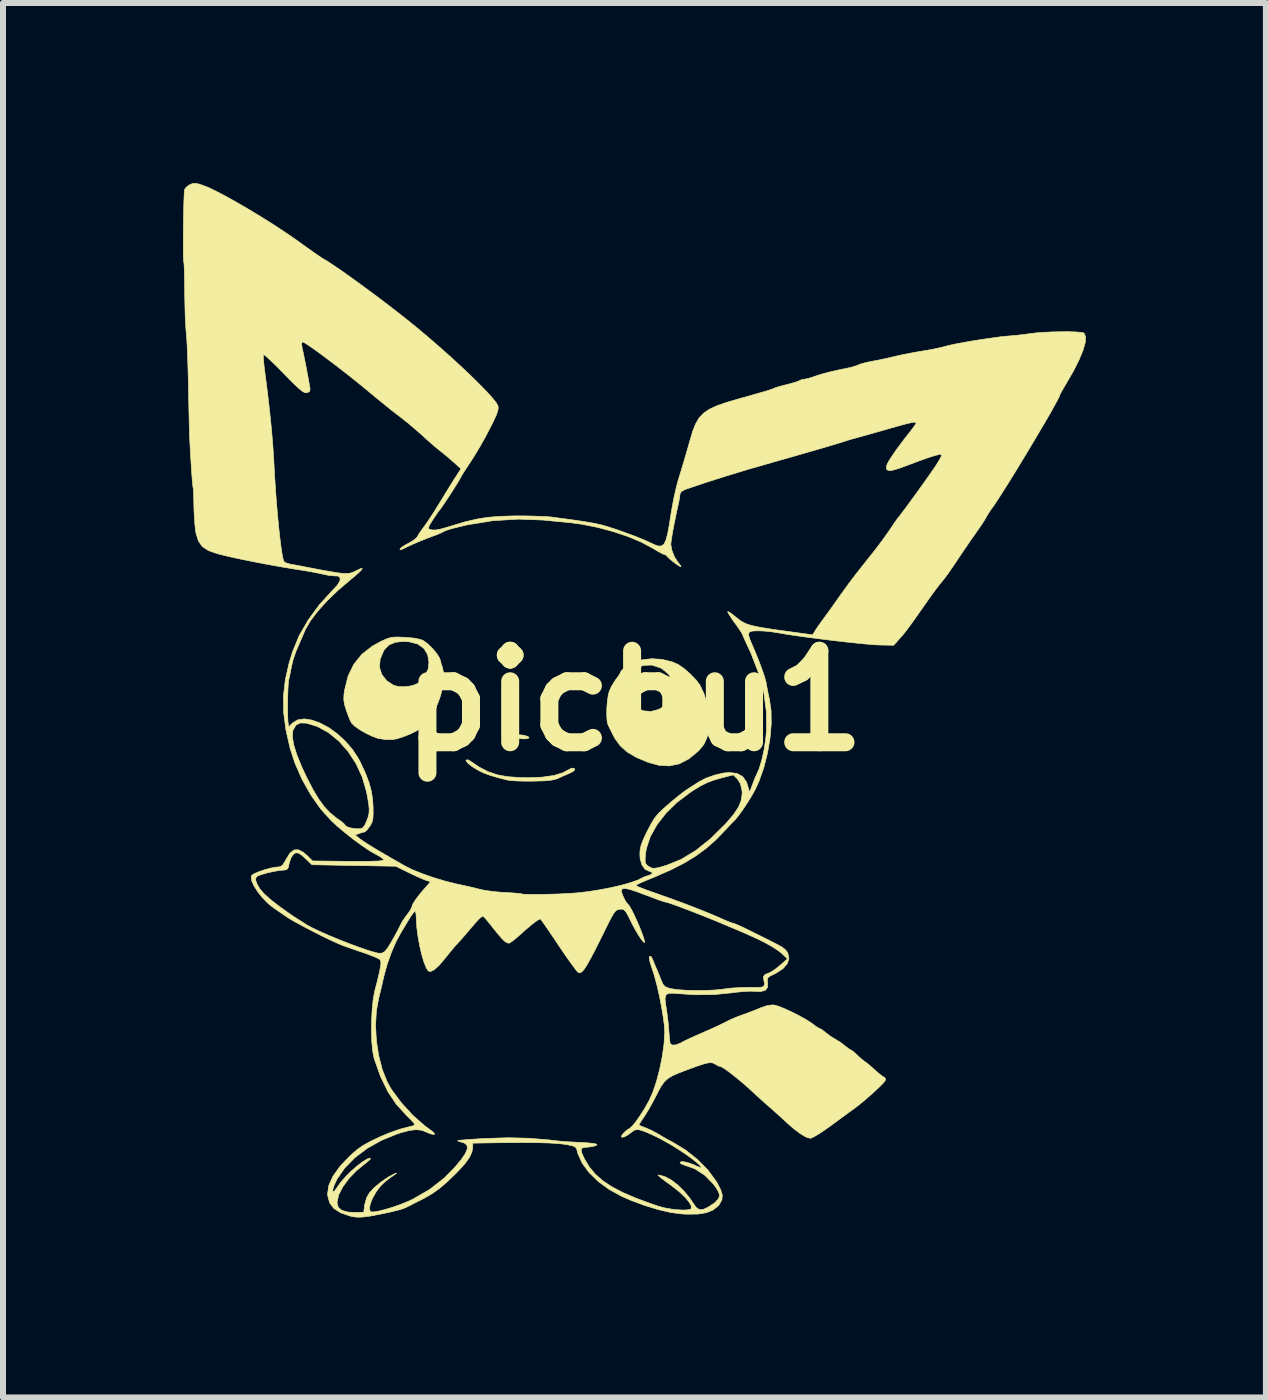
<source format=kicad_pcb>
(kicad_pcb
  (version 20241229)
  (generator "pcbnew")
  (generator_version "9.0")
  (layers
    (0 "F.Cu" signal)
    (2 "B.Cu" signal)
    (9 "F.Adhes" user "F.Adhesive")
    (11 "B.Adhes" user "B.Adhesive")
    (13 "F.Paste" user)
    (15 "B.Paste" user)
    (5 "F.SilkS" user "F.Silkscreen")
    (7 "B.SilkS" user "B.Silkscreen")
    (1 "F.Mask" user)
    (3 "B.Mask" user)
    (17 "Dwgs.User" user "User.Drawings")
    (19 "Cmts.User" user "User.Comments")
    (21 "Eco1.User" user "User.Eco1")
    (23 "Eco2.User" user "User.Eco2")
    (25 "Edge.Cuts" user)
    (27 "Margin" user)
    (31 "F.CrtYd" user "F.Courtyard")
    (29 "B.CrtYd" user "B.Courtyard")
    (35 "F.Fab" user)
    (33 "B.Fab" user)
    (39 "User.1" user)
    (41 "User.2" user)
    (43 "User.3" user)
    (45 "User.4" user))
  (footprint "pichu1"
    (layer "F.Cu")
    (at 7.521 8.631)
    (property "Reference" "pichu1" (at 0 0 0) (layer "F.SilkS") (effects (font (size 1.524 1.524) (thickness 0.3))))
    (attr through_hole)
    (fp_poly (pts (xy -1.842 0.573) (xy -1.783 0.59) (xy -1.753 0.609) (xy -1.753 0.612) (xy -1.774 0.628) (xy -1.826 0.634) (xy -1.888 0.631) (xy -1.941 0.618) (xy -1.952 0.612) (xy -1.972 0.588) (xy -1.952 0.571) (xy -1.899 0.566) (xy -1.842 0.573)) (stroke (width 0.01) (type solid)) (fill yes) (layer "F.SilkS"))
    (fp_poly (pts (xy -2.734 1.003) (xy -2.583 1.105) (xy -2.436 1.18) (xy -2.284 1.232) (xy -2.113 1.263) (xy -1.911 1.278) (xy -1.765 1.281) (xy -1.534 1.271) (xy -1.341 1.244) (xy -1.189 1.198) (xy -1.107 1.153) (xy -1.047 1.123) (xy -1.005 1.122) (xy -0.991 1.144) (xy -1.012 1.17) (xy -1.065 1.2) (xy -1.086 1.209) (xy -1.176 1.248) (xy -1.265 1.288) (xy -1.27 1.291) (xy -1.325 1.31) (xy -1.401 1.324) (xy -1.507 1.333) (xy -1.652 1.337) (xy -1.689 1.338) (xy -1.822 1.338) (xy -1.945 1.335) (xy -2.044 1.329) (xy -2.106 1.321) (xy -2.108 1.321) (xy -2.277 1.278) (xy -2.408 1.239) (xy -2.513 1.2) (xy -2.602 1.156) (xy -2.689 1.103) (xy -2.711 1.088) (xy -2.77 1.041) (xy -2.802 1.003) (xy -2.805 0.988) (xy -2.775 0.981) (xy -2.734 1.003)) (stroke (width 0.01) (type solid)) (fill yes) (layer "F.SilkS"))
    (fp_poly (pts (xy 0.466 -0.691) (xy 0.629 -0.651) (xy 0.729 -0.608) (xy 0.826 -0.542) (xy 0.931 -0.451) (xy 1.026 -0.353) (xy 1.092 -0.267) (xy 1.162 -0.12) (xy 1.215 0.055) (xy 1.244 0.236) (xy 1.247 0.32) (xy 1.239 0.488) (xy 1.21 0.62) (xy 1.158 0.729) (xy 1.077 0.827) (xy 1.071 0.833) (xy 0.911 0.965) (xy 0.751 1.049) (xy 0.585 1.084) (xy 0.407 1.073) (xy 0.227 1.023) (xy 0.035 0.942) (xy -0.115 0.854) (xy -0.231 0.752) (xy -0.321 0.629) (xy -0.359 0.559) (xy -0.397 0.481) (xy -0.429 0.416) (xy -0.439 0.396) (xy -0.453 0.336) (xy -0.459 0.241) (xy -0.458 0.128) (xy -0.449 0.011) (xy -0.434 -0.093) (xy -0.418 -0.157) (xy -0.382 -0.236) (xy -0.161 -0.236) (xy -0.16 -0.21) (xy -0.149 -0.111) (xy -0.119 -0.037) (xy -0.087 0.007) (xy 0.023 0.108) (xy 0.148 0.165) (xy 0.278 0.177) (xy 0.405 0.143) (xy 0.464 0.11) (xy 0.572 0.01) (xy 0.636 -0.104) (xy 0.656 -0.224) (xy 0.634 -0.341) (xy 0.57 -0.447) (xy 0.464 -0.535) (xy 0.432 -0.552) (xy 0.291 -0.597) (xy 0.154 -0.592) (xy 0.026 -0.539) (xy -0.088 -0.438) (xy -0.089 -0.437) (xy -0.135 -0.374) (xy -0.157 -0.315) (xy -0.161 -0.236) (xy -0.382 -0.236) (xy -0.375 -0.249) (xy -0.318 -0.341) (xy -0.304 -0.36) (xy -0.259 -0.421) (xy -0.232 -0.467) (xy -0.229 -0.479) (xy -0.207 -0.512) (xy -0.149 -0.556) (xy -0.068 -0.603) (xy 0.024 -0.647) (xy 0.115 -0.679) (xy 0.14 -0.686) (xy 0.295 -0.703) (xy 0.466 -0.691)) (stroke (width 0.01) (type solid)) (fill yes) (layer "F.SilkS"))
    (fp_poly (pts (xy -3.815 -1.059) (xy -3.662 -1.045) (xy -3.556 -1.022) (xy -3.51 -1.002) (xy -3.433 -0.943) (xy -3.356 -0.866) (xy -3.289 -0.785) (xy -3.245 -0.714) (xy -3.236 -0.688) (xy -3.216 -0.612) (xy -3.199 -0.564) (xy -3.18 -0.474) (xy -3.181 -0.354) (xy -3.197 -0.218) (xy -3.229 -0.085) (xy -3.266 0.017) (xy -3.29 0.076) (xy -3.302 0.114) (xy -3.302 0.116) (xy -3.317 0.146) (xy -3.354 0.202) (xy -3.406 0.273) (xy -3.462 0.346) (xy -3.514 0.409) (xy -3.552 0.45) (xy -3.555 0.452) (xy -3.628 0.5) (xy -3.732 0.551) (xy -3.848 0.597) (xy -3.958 0.632) (xy -4.029 0.645) (xy -4.141 0.645) (xy -4.256 0.628) (xy -4.275 0.624) (xy -4.372 0.588) (xy -4.479 0.536) (xy -4.581 0.477) (xy -4.663 0.418) (xy -4.713 0.368) (xy -4.713 0.368) (xy -4.738 0.318) (xy -4.771 0.238) (xy -4.8 0.155) (xy -4.829 0.06) (xy -4.841 -0.016) (xy -4.839 -0.097) (xy -4.827 -0.183) (xy -4.77 -0.413) (xy -4.699 -0.559) (xy -4.246 -0.559) (xy -4.207 -0.438) (xy -4.124 -0.334) (xy -4.013 -0.261) (xy -3.925 -0.237) (xy -3.814 -0.236) (xy -3.703 -0.253) (xy -3.613 -0.288) (xy -3.593 -0.301) (xy -3.49 -0.41) (xy -3.433 -0.538) (xy -3.422 -0.644) (xy -3.445 -0.775) (xy -3.508 -0.876) (xy -3.609 -0.947) (xy -3.747 -0.984) (xy -3.844 -0.991) (xy -3.983 -0.977) (xy -4.088 -0.932) (xy -4.165 -0.853) (xy -4.178 -0.831) (xy -4.236 -0.692) (xy -4.246 -0.559) (xy -4.699 -0.559) (xy -4.675 -0.61) (xy -4.539 -0.777) (xy -4.362 -0.915) (xy -4.223 -0.991) (xy -4.139 -1.029) (xy -4.073 -1.052) (xy -4.008 -1.063) (xy -3.927 -1.064) (xy -3.815 -1.059)) (stroke (width 0.01) (type solid)) (fill yes) (layer "F.SilkS"))
    (fp_poly (pts (xy -7.26 -8.615) (xy -7.2 -8.596) (xy -7.104 -8.559) (xy -6.973 -8.496) (xy -6.815 -8.414) (xy -6.637 -8.314) (xy -6.445 -8.203) (xy -6.247 -8.084) (xy -6.05 -7.961) (xy -5.861 -7.838) (xy -5.688 -7.72) (xy -5.6 -7.658) (xy -5.479 -7.571) (xy -5.368 -7.492) (xy -5.276 -7.428) (xy -5.21 -7.384) (xy -5.183 -7.367) (xy -5.104 -7.32) (xy -4.991 -7.245) (xy -4.851 -7.149) (xy -4.69 -7.034) (xy -4.514 -6.906) (xy -4.33 -6.77) (xy -4.143 -6.629) (xy -3.96 -6.488) (xy -3.787 -6.352) (xy -3.782 -6.348) (xy -3.602 -6.202) (xy -3.418 -6.047) (xy -3.234 -5.887) (xy -3.053 -5.726) (xy -2.881 -5.568) (xy -2.722 -5.417) (xy -2.581 -5.278) (xy -2.46 -5.155) (xy -2.366 -5.051) (xy -2.302 -4.971) (xy -2.272 -4.919) (xy -2.271 -4.917) (xy -2.268 -4.878) (xy -2.276 -4.829) (xy -2.301 -4.761) (xy -2.344 -4.666) (xy -2.409 -4.536) (xy -2.484 -4.394) (xy -2.569 -4.243) (xy -2.653 -4.102) (xy -2.718 -4) (xy -2.782 -3.903) (xy -2.837 -3.819) (xy -2.874 -3.758) (xy -2.888 -3.734) (xy -2.912 -3.689) (xy -2.956 -3.616) (xy -3.014 -3.524) (xy -3.077 -3.426) (xy -3.14 -3.331) (xy -3.194 -3.25) (xy -3.234 -3.194) (xy -3.25 -3.175) (xy -3.27 -3.149) (xy -3.309 -3.092) (xy -3.358 -3.018) (xy -3.407 -2.94) (xy -3.428 -2.893) (xy -3.425 -2.868) (xy -3.413 -2.86) (xy -3.366 -2.848) (xy -3.309 -2.848) (xy -3.232 -2.862) (xy -3.125 -2.892) (xy -3.027 -2.922) (xy -2.816 -2.985) (xy -2.624 -3.03) (xy -2.434 -3.06) (xy -2.229 -3.076) (xy -1.995 -3.083) (xy -1.93 -3.083) (xy -1.777 -3.082) (xy -1.63 -3.078) (xy -1.503 -3.073) (xy -1.406 -3.067) (xy -1.372 -3.063) (xy -1.277 -3.05) (xy -1.191 -3.038) (xy -1.156 -3.034) (xy -0.986 -3.011) (xy -0.821 -2.986) (xy -0.676 -2.961) (xy -0.565 -2.937) (xy -0.546 -2.933) (xy -0.427 -2.898) (xy -0.282 -2.851) (xy -0.126 -2.795) (xy 0.027 -2.738) (xy 0.16 -2.684) (xy 0.257 -2.64) (xy 0.34 -2.601) (xy 0.405 -2.58) (xy 0.456 -2.583) (xy 0.495 -2.614) (xy 0.527 -2.677) (xy 0.554 -2.777) (xy 0.581 -2.919) (xy 0.609 -3.099) (xy 0.635 -3.25) (xy 0.665 -3.406) (xy 0.698 -3.549) (xy 0.726 -3.657) (xy 0.781 -3.837) (xy 0.823 -3.977) (xy 0.856 -4.088) (xy 0.882 -4.178) (xy 0.905 -4.258) (xy 0.926 -4.335) (xy 0.929 -4.343) (xy 0.974 -4.495) (xy 1.022 -4.616) (xy 1.079 -4.714) (xy 1.153 -4.793) (xy 1.248 -4.859) (xy 1.373 -4.917) (xy 1.534 -4.973) (xy 1.737 -5.033) (xy 1.765 -5.041) (xy 1.952 -5.093) (xy 2.094 -5.134) (xy 2.198 -5.164) (xy 2.267 -5.186) (xy 2.309 -5.2) (xy 2.324 -5.208) (xy 2.36 -5.222) (xy 2.431 -5.243) (xy 2.523 -5.267) (xy 2.54 -5.271) (xy 2.634 -5.296) (xy 2.709 -5.319) (xy 2.752 -5.337) (xy 2.755 -5.339) (xy 2.798 -5.357) (xy 2.831 -5.361) (xy 2.887 -5.37) (xy 2.963 -5.393) (xy 2.985 -5.401) (xy 3.102 -5.44) (xy 3.253 -5.481) (xy 3.42 -5.519) (xy 3.527 -5.54) (xy 3.618 -5.56) (xy 3.699 -5.585) (xy 3.73 -5.598) (xy 3.79 -5.62) (xy 3.879 -5.643) (xy 3.975 -5.662) (xy 4.096 -5.685) (xy 4.234 -5.715) (xy 4.343 -5.741) (xy 4.455 -5.766) (xy 4.595 -5.794) (xy 4.738 -5.82) (xy 4.801 -5.83) (xy 4.924 -5.851) (xy 5.04 -5.874) (xy 5.132 -5.895) (xy 5.17 -5.905) (xy 5.242 -5.924) (xy 5.353 -5.948) (xy 5.492 -5.974) (xy 5.648 -6.001) (xy 5.809 -6.026) (xy 5.965 -6.049) (xy 6.104 -6.068) (xy 6.215 -6.079) (xy 6.236 -6.081) (xy 6.36 -6.091) (xy 6.494 -6.107) (xy 6.579 -6.118) (xy 6.687 -6.132) (xy 6.817 -6.142) (xy 6.959 -6.149) (xy 7.102 -6.152) (xy 7.236 -6.153) (xy 7.352 -6.149) (xy 7.44 -6.142) (xy 7.491 -6.132) (xy 7.497 -6.128) (xy 7.522 -6.068) (xy 7.516 -5.972) (xy 7.479 -5.843) (xy 7.413 -5.684) (xy 7.32 -5.498) (xy 7.199 -5.289) (xy 7.148 -5.203) (xy 7.109 -5.133) (xy 7.088 -5.091) (xy 7.087 -5.084) (xy 7.074 -5.052) (xy 7.037 -4.982) (xy 6.981 -4.88) (xy 6.908 -4.751) (xy 6.821 -4.602) (xy 6.724 -4.438) (xy 6.621 -4.265) (xy 6.514 -4.087) (xy 6.408 -3.912) (xy 6.305 -3.743) (xy 6.208 -3.588) (xy 6.122 -3.452) (xy 6.049 -3.339) (xy 5.994 -3.256) (xy 5.971 -3.226) (xy 5.919 -3.151) (xy 5.874 -3.078) (xy 5.867 -3.064) (xy 5.837 -3.012) (xy 5.785 -2.932) (xy 5.72 -2.838) (xy 5.683 -2.785) (xy 5.604 -2.673) (xy 5.512 -2.538) (xy 5.42 -2.402) (xy 5.368 -2.324) (xy 5.295 -2.216) (xy 5.226 -2.116) (xy 5.167 -2.037) (xy 5.132 -1.994) (xy 5.09 -1.943) (xy 5.027 -1.861) (xy 4.954 -1.761) (xy 4.887 -1.667) (xy 4.775 -1.507) (xy 4.688 -1.383) (xy 4.62 -1.288) (xy 4.567 -1.216) (xy 4.526 -1.161) (xy 4.49 -1.116) (xy 4.456 -1.076) (xy 4.425 -1.041) (xy 4.323 -0.927) (xy 4.098 -0.931) (xy 4.007 -0.935) (xy 3.875 -0.946) (xy 3.711 -0.962) (xy 3.524 -0.982) (xy 3.323 -1.005) (xy 3.119 -1.03) (xy 2.919 -1.056) (xy 2.733 -1.081) (xy 2.571 -1.105) (xy 2.442 -1.127) (xy 2.413 -1.132) (xy 2.291 -1.151) (xy 2.162 -1.164) (xy 2.064 -1.168) (xy 1.97 -1.164) (xy 1.918 -1.147) (xy 1.903 -1.107) (xy 1.921 -1.038) (xy 1.954 -0.96) (xy 2.017 -0.812) (xy 2.077 -0.664) (xy 2.129 -0.524) (xy 2.17 -0.405) (xy 2.195 -0.316) (xy 2.2 -0.288) (xy 2.214 -0.21) (xy 2.234 -0.108) (xy 2.253 -0.025) (xy 2.28 0.164) (xy 2.283 0.384) (xy 2.262 0.624) (xy 2.22 0.87) (xy 2.159 1.112) (xy 2.08 1.336) (xy 2.016 1.476) (xy 1.959 1.579) (xy 1.891 1.69) (xy 1.818 1.801) (xy 1.748 1.898) (xy 1.689 1.972) (xy 1.655 2.007) (xy 1.631 2.03) (xy 1.583 2.082) (xy 1.52 2.15) (xy 1.511 2.159) (xy 1.356 2.319) (xy 1.195 2.46) (xy 1.022 2.587) (xy 0.827 2.705) (xy 0.603 2.819) (xy 0.341 2.934) (xy 0.197 2.993) (xy 0.114 3.028) (xy 0.053 3.057) (xy 0.026 3.075) (xy 0.026 3.076) (xy 0.048 3.09) (xy 0.111 3.116) (xy 0.204 3.152) (xy 0.32 3.193) (xy 0.375 3.212) (xy 0.605 3.294) (xy 0.839 3.38) (xy 1.065 3.467) (xy 1.269 3.55) (xy 1.44 3.623) (xy 1.467 3.636) (xy 1.551 3.672) (xy 1.618 3.698) (xy 1.654 3.708) (xy 1.654 3.708) (xy 1.687 3.719) (xy 1.754 3.748) (xy 1.844 3.79) (xy 1.901 3.818) (xy 2.022 3.878) (xy 2.149 3.941) (xy 2.259 3.996) (xy 2.286 4.01) (xy 2.396 4.066) (xy 2.47 4.109) (xy 2.517 4.146) (xy 2.547 4.184) (xy 2.558 4.204) (xy 2.578 4.292) (xy 2.55 4.38) (xy 2.478 4.463) (xy 2.363 4.538) (xy 2.33 4.554) (xy 2.259 4.589) (xy 2.224 4.617) (xy 2.216 4.652) (xy 2.222 4.69) (xy 2.222 4.773) (xy 2.184 4.824) (xy 2.107 4.844) (xy 2.021 4.841) (xy 1.935 4.838) (xy 1.818 4.844) (xy 1.688 4.857) (xy 1.641 4.864) (xy 1.341 4.894) (xy 1.019 4.898) (xy 0.742 4.88) (xy 0.629 4.872) (xy 0.558 4.879) (xy 0.522 4.91) (xy 0.513 4.972) (xy 0.525 5.073) (xy 0.532 5.112) (xy 0.55 5.239) (xy 0.567 5.382) (xy 0.575 5.486) (xy 0.583 5.583) (xy 0.591 5.661) (xy 0.597 5.706) (xy 0.598 5.709) (xy 0.63 5.736) (xy 0.692 5.734) (xy 0.773 5.702) (xy 0.792 5.691) (xy 0.85 5.661) (xy 0.941 5.618) (xy 1.052 5.568) (xy 1.151 5.525) (xy 1.272 5.472) (xy 1.387 5.419) (xy 1.481 5.374) (xy 1.532 5.348) (xy 1.617 5.306) (xy 1.723 5.262) (xy 1.791 5.237) (xy 1.904 5.196) (xy 2.028 5.148) (xy 2.095 5.12) (xy 2.213 5.079) (xy 2.304 5.067) (xy 2.337 5.07) (xy 2.409 5.091) (xy 2.51 5.132) (xy 2.629 5.187) (xy 2.751 5.249) (xy 2.863 5.311) (xy 2.952 5.368) (xy 2.977 5.387) (xy 3.036 5.431) (xy 3.08 5.457) (xy 3.091 5.461) (xy 3.122 5.476) (xy 3.173 5.514) (xy 3.188 5.527) (xy 3.265 5.586) (xy 3.349 5.638) (xy 3.353 5.64) (xy 3.435 5.69) (xy 3.512 5.749) (xy 3.515 5.752) (xy 3.567 5.793) (xy 3.604 5.816) (xy 3.608 5.817) (xy 3.636 5.833) (xy 3.685 5.875) (xy 3.712 5.901) (xy 3.773 5.957) (xy 3.825 5.999) (xy 3.839 6.009) (xy 3.879 6.038) (xy 3.941 6.09) (xy 4.012 6.153) (xy 4.08 6.213) (xy 4.136 6.256) (xy 4.168 6.274) (xy 4.169 6.274) (xy 4.186 6.294) (xy 4.186 6.321) (xy 4.165 6.352) (xy 4.113 6.407) (xy 4.038 6.479) (xy 3.948 6.561) (xy 3.852 6.645) (xy 3.758 6.723) (xy 3.675 6.788) (xy 3.648 6.807) (xy 3.609 6.835) (xy 3.538 6.887) (xy 3.443 6.956) (xy 3.335 7.036) (xy 3.293 7.067) (xy 3.18 7.148) (xy 3.079 7.215) (xy 2.998 7.263) (xy 2.945 7.288) (xy 2.935 7.29) (xy 2.865 7.271) (xy 2.77 7.215) (xy 2.654 7.128) (xy 2.535 7.023) (xy 2.45 6.944) (xy 2.346 6.85) (xy 2.242 6.758) (xy 2.222 6.741) (xy 2.129 6.659) (xy 2.039 6.577) (xy 1.966 6.51) (xy 1.949 6.494) (xy 1.862 6.415) (xy 1.765 6.332) (xy 1.667 6.252) (xy 1.577 6.182) (xy 1.503 6.129) (xy 1.454 6.1) (xy 1.443 6.096) (xy 1.397 6.082) (xy 1.35 6.055) (xy 1.317 6.037) (xy 1.279 6.029) (xy 1.226 6.034) (xy 1.152 6.053) (xy 1.048 6.087) (xy 0.906 6.139) (xy 0.894 6.143) (xy 0.748 6.199) (xy 0.64 6.246) (xy 0.561 6.294) (xy 0.5 6.35) (xy 0.448 6.422) (xy 0.395 6.518) (xy 0.366 6.576) (xy 0.305 6.693) (xy 0.241 6.807) (xy 0.183 6.902) (xy 0.157 6.942) (xy 0.112 7.008) (xy 0.084 7.055) (xy 0.079 7.071) (xy 0.107 7.084) (xy 0.165 7.107) (xy 0.203 7.122) (xy 0.296 7.163) (xy 0.387 7.212) (xy 0.408 7.225) (xy 0.483 7.27) (xy 0.577 7.323) (xy 0.635 7.353) (xy 0.851 7.483) (xy 1.052 7.642) (xy 1.228 7.821) (xy 1.366 8.008) (xy 1.378 8.028) (xy 1.439 8.145) (xy 1.467 8.236) (xy 1.461 8.312) (xy 1.423 8.384) (xy 1.396 8.418) (xy 1.314 8.485) (xy 1.203 8.53) (xy 1.059 8.553) (xy 0.875 8.555) (xy 0.792 8.551) (xy 0.608 8.527) (xy 0.395 8.477) (xy 0.167 8.407) (xy -0.064 8.321) (xy -0.216 8.254) (xy -0.421 8.141) (xy -0.602 8.008) (xy -0.753 7.861) (xy -0.867 7.707) (xy -0.938 7.551) (xy -0.951 7.503) (xy -0.963 7.461) (xy -0.986 7.434) (xy -1.032 7.415) (xy -1.113 7.398) (xy -1.138 7.393) (xy -1.249 7.379) (xy -1.407 7.369) (xy -1.612 7.363) (xy -1.865 7.361) (xy -2.167 7.363) (xy -2.369 7.366) (xy -2.692 7.371) (xy -2.692 7.433) (xy -2.705 7.515) (xy -2.744 7.603) (xy -2.815 7.704) (xy -2.922 7.824) (xy -2.977 7.88) (xy -3.121 8.018) (xy -3.247 8.126) (xy -3.368 8.212) (xy -3.498 8.288) (xy -3.556 8.317) (xy -3.646 8.362) (xy -3.729 8.405) (xy -3.771 8.426) (xy -3.818 8.449) (xy -3.874 8.47) (xy -3.946 8.49) (xy -4.044 8.514) (xy -4.178 8.543) (xy -4.267 8.561) (xy -4.415 8.589) (xy -4.528 8.603) (xy -4.618 8.605) (xy -4.698 8.595) (xy -4.737 8.586) (xy -4.895 8.531) (xy -5.007 8.459) (xy -5.077 8.366) (xy -5.109 8.248) (xy -5.111 8.209) (xy -5.101 8.145) (xy -5.025 8.145) (xy -5.023 8.179) (xy -4.998 8.17) (xy -4.956 8.114) (xy -4.947 8.101) (xy -4.889 8.019) (xy -4.809 7.928) (xy -4.716 7.836) (xy -4.618 7.751) (xy -4.527 7.682) (xy -4.45 7.635) (xy -4.401 7.62) (xy -4.397 7.633) (xy -4.429 7.666) (xy -4.473 7.701) (xy -4.627 7.827) (xy -4.758 7.963) (xy -4.859 8.101) (xy -4.926 8.233) (xy -4.953 8.353) (xy -4.953 8.365) (xy -4.933 8.441) (xy -4.873 8.492) (xy -4.77 8.52) (xy -4.623 8.526) (xy -4.623 8.526) (xy -4.508 8.522) (xy -4.495 8.404) (xy -4.461 8.281) (xy -4.413 8.198) (xy -4.333 8.112) (xy -4.223 8.021) (xy -4.103 7.938) (xy -4.013 7.89) (xy -3.969 7.871) (xy -3.962 7.873) (xy -3.972 7.88) (xy -4.088 7.962) (xy -4.173 8.03) (xy -4.236 8.094) (xy -4.29 8.165) (xy -4.303 8.185) (xy -4.363 8.289) (xy -4.4 8.383) (xy -4.414 8.459) (xy -4.401 8.507) (xy -4.387 8.516) (xy -4.338 8.517) (xy -4.253 8.502) (xy -4.143 8.474) (xy -4.019 8.436) (xy -3.892 8.391) (xy -3.772 8.343) (xy -3.696 8.308) (xy -3.414 8.145) (xy -3.169 7.955) (xy -2.997 7.781) (xy -2.886 7.648) (xy -2.814 7.542) (xy -2.782 7.463) (xy -2.788 7.406) (xy -2.832 7.369) (xy -2.876 7.356) (xy -2.926 7.342) (xy -2.943 7.329) (xy -2.943 7.328) (xy -2.915 7.323) (xy -2.844 7.317) (xy -2.739 7.309) (xy -2.608 7.3) (xy -2.461 7.292) (xy -2.096 7.281) (xy -1.759 7.289) (xy -1.432 7.316) (xy -1.321 7.33) (xy -1.246 7.337) (xy -1.137 7.346) (xy -1.013 7.353) (xy -0.94 7.357) (xy -0.789 7.365) (xy -0.687 7.375) (xy -0.632 7.386) (xy -0.621 7.4) (xy -0.654 7.416) (xy -0.66 7.418) (xy -0.733 7.433) (xy -0.806 7.44) (xy -0.862 7.448) (xy -0.885 7.474) (xy -0.879 7.526) (xy -0.842 7.609) (xy -0.827 7.64) (xy -0.747 7.771) (xy -0.648 7.889) (xy -0.526 7.997) (xy -0.375 8.097) (xy -0.191 8.194) (xy 0.031 8.289) (xy 0.298 8.387) (xy 0.401 8.422) (xy 0.502 8.449) (xy 0.614 8.469) (xy 0.728 8.482) (xy 0.829 8.486) (xy 0.906 8.481) (xy 0.947 8.466) (xy 0.949 8.463) (xy 0.95 8.417) (xy 0.912 8.35) (xy 0.843 8.268) (xy 0.746 8.177) (xy 0.627 8.084) (xy 0.618 8.077) (xy 0.526 8.011) (xy 0.453 7.955) (xy 0.407 7.917) (xy 0.395 7.903) (xy 0.422 7.905) (xy 0.48 7.92) (xy 0.517 7.932) (xy 0.612 7.982) (xy 0.72 8.064) (xy 0.827 8.169) (xy 0.923 8.284) (xy 0.976 8.364) (xy 1.033 8.444) (xy 1.088 8.48) (xy 1.155 8.473) (xy 1.228 8.439) (xy 1.342 8.365) (xy 1.406 8.294) (xy 1.422 8.24) (xy 1.407 8.191) (xy 1.368 8.12) (xy 1.32 8.054) (xy 1.174 7.905) (xy 1.007 7.797) (xy 0.832 7.736) (xy 0.781 7.716) (xy 0.762 7.694) (xy 0.783 7.679) (xy 0.839 7.683) (xy 0.917 7.703) (xy 1.006 7.738) (xy 1.022 7.746) (xy 1.081 7.771) (xy 1.114 7.78) (xy 1.118 7.778) (xy 1.097 7.744) (xy 1.039 7.691) (xy 0.953 7.623) (xy 0.846 7.547) (xy 0.726 7.468) (xy 0.6 7.39) (xy 0.477 7.32) (xy 0.37 7.265) (xy 0.238 7.204) (xy 0.143 7.166) (xy 0.075 7.147) (xy 0.027 7.147) (xy -0.012 7.163) (xy -0.033 7.179) (xy -0.108 7.235) (xy -0.17 7.268) (xy -0.208 7.272) (xy -0.214 7.268) (xy -0.206 7.238) (xy -0.168 7.193) (xy -0.113 7.147) (xy -0.072 7.122) (xy -0.031 7.084) (xy 0.028 7.011) (xy 0.097 6.912) (xy 0.171 6.796) (xy 0.242 6.671) (xy 0.246 6.664) (xy 0.31 6.521) (xy 0.37 6.342) (xy 0.423 6.14) (xy 0.466 5.929) (xy 0.495 5.725) (xy 0.507 5.542) (xy 0.508 5.522) (xy 0.501 5.408) (xy 0.481 5.259) (xy 0.452 5.087) (xy 0.416 4.907) (xy 0.376 4.731) (xy 0.333 4.573) (xy 0.296 4.458) (xy 0.263 4.357) (xy 0.249 4.287) (xy 0.254 4.257) (xy 0.279 4.26) (xy 0.305 4.306) (xy 0.305 4.307) (xy 0.337 4.387) (xy 0.367 4.457) (xy 0.398 4.529) (xy 0.434 4.618) (xy 0.447 4.652) (xy 0.479 4.723) (xy 0.513 4.762) (xy 0.568 4.785) (xy 0.621 4.798) (xy 0.725 4.813) (xy 0.864 4.823) (xy 1.023 4.827) (xy 1.185 4.826) (xy 1.336 4.819) (xy 1.46 4.807) (xy 1.488 4.803) (xy 1.613 4.787) (xy 1.772 4.777) (xy 1.95 4.774) (xy 2.093 4.776) (xy 2.153 4.763) (xy 2.173 4.719) (xy 2.162 4.669) (xy 2.15 4.602) (xy 2.179 4.56) (xy 2.235 4.539) (xy 2.287 4.514) (xy 2.359 4.465) (xy 2.426 4.411) (xy 2.553 4.298) (xy 2.454 4.205) (xy 2.389 4.155) (xy 2.293 4.093) (xy 2.179 4.029) (xy 2.098 3.988) (xy 1.984 3.935) (xy 1.844 3.872) (xy 1.685 3.804) (xy 1.513 3.732) (xy 1.336 3.658) (xy 1.159 3.587) (xy 0.991 3.521) (xy 0.838 3.462) (xy 0.707 3.413) (xy 0.605 3.377) (xy 0.539 3.356) (xy 0.519 3.353) (xy 0.487 3.344) (xy 0.418 3.321) (xy 0.322 3.285) (xy 0.208 3.242) (xy 0.197 3.239) (xy 0.049 3.183) (xy -0.059 3.147) (xy -0.134 3.129) (xy -0.182 3.128) (xy -0.21 3.142) (xy -0.215 3.149) (xy -0.213 3.183) (xy -0.192 3.243) (xy -0.161 3.31) (xy -0.127 3.365) (xy -0.105 3.389) (xy -0.079 3.421) (xy -0.041 3.488) (xy 0.004 3.579) (xy 0.051 3.682) (xy 0.096 3.789) (xy 0.134 3.887) (xy 0.161 3.967) (xy 0.173 4.017) (xy 0.171 4.029) (xy 0.151 4.017) (xy 0.114 3.97) (xy 0.066 3.897) (xy 0.013 3.807) (xy -0.038 3.712) (xy -0.058 3.671) (xy -0.107 3.572) (xy -0.143 3.511) (xy -0.174 3.48) (xy -0.209 3.47) (xy -0.25 3.474) (xy -0.283 3.483) (xy -0.313 3.504) (xy -0.345 3.545) (xy -0.384 3.613) (xy -0.437 3.716) (xy -0.469 3.781) (xy -0.574 3.993) (xy -0.659 4.163) (xy -0.729 4.295) (xy -0.784 4.394) (xy -0.828 4.463) (xy -0.864 4.506) (xy -0.893 4.528) (xy -0.918 4.532) (xy -0.93 4.529) (xy -0.955 4.505) (xy -1.002 4.444) (xy -1.068 4.354) (xy -1.148 4.241) (xy -1.236 4.111) (xy -1.261 4.074) (xy -1.349 3.942) (xy -1.428 3.826) (xy -1.493 3.732) (xy -1.54 3.666) (xy -1.565 3.634) (xy -1.567 3.632) (xy -1.602 3.649) (xy -1.665 3.693) (xy -1.748 3.76) (xy -1.843 3.842) (xy -1.898 3.892) (xy -1.974 3.959) (xy -2.039 4.01) (xy -2.082 4.037) (xy -2.09 4.039) (xy -2.123 4.031) (xy -2.161 4.006) (xy -2.211 3.956) (xy -2.28 3.875) (xy -2.346 3.793) (xy -2.411 3.711) (xy -2.466 3.645) (xy -2.501 3.605) (xy -2.509 3.597) (xy -2.527 3.592) (xy -2.55 3.602) (xy -2.584 3.631) (xy -2.636 3.687) (xy -2.712 3.775) (xy -2.742 3.81) (xy -2.82 3.901) (xy -2.893 3.985) (xy -2.951 4.049) (xy -2.97 4.069) (xy -3.017 4.123) (xy -3.082 4.201) (xy -3.152 4.289) (xy -3.162 4.301) (xy -3.255 4.411) (xy -3.334 4.481) (xy -3.395 4.511) (xy -3.434 4.501) (xy -3.47 4.443) (xy -3.508 4.345) (xy -3.545 4.219) (xy -3.578 4.075) (xy -3.605 3.924) (xy -3.624 3.778) (xy -3.632 3.647) (xy -3.632 3.639) (xy -3.636 3.564) (xy -3.646 3.516) (xy -3.654 3.505) (xy -3.677 3.525) (xy -3.716 3.579) (xy -3.764 3.655) (xy -3.77 3.664) (xy -3.82 3.748) (xy -3.862 3.818) (xy -3.887 3.86) (xy -3.888 3.861) (xy -3.97 4.012) (xy -4.049 4.195) (xy -4.119 4.392) (xy -4.172 4.585) (xy -4.178 4.61) (xy -4.204 4.727) (xy -4.232 4.844) (xy -4.255 4.937) (xy -4.257 4.943) (xy -4.298 5.165) (xy -4.312 5.409) (xy -4.298 5.662) (xy -4.26 5.912) (xy -4.199 6.147) (xy -4.116 6.355) (xy -4.048 6.475) (xy -3.883 6.697) (xy -3.694 6.904) (xy -3.493 7.082) (xy -3.377 7.166) (xy -3.333 7.203) (xy -3.331 7.224) (xy -3.363 7.225) (xy -3.422 7.206) (xy -3.458 7.189) (xy -3.543 7.156) (xy -3.635 7.146) (xy -3.746 7.159) (xy -3.885 7.196) (xy -3.95 7.217) (xy -4.211 7.323) (xy -4.448 7.456) (xy -4.654 7.61) (xy -4.823 7.782) (xy -4.951 7.966) (xy -5.001 8.07) (xy -5.025 8.145) (xy -5.101 8.145) (xy -5.09 8.072) (xy -5.022 7.923) (xy -4.908 7.763) (xy -4.75 7.595) (xy -4.626 7.484) (xy -4.529 7.415) (xy -4.396 7.341) (xy -4.241 7.267) (xy -4.077 7.198) (xy -3.918 7.142) (xy -3.778 7.104) (xy -3.753 7.099) (xy -3.692 7.083) (xy -3.659 7.065) (xy -3.658 7.06) (xy -3.675 7.034) (xy -3.72 6.984) (xy -3.785 6.919) (xy -3.8 6.904) (xy -3.967 6.721) (xy -4.109 6.508) (xy -4.229 6.26) (xy -4.332 5.97) (xy -4.336 5.956) (xy -4.359 5.842) (xy -4.374 5.691) (xy -4.38 5.516) (xy -4.378 5.33) (xy -4.369 5.147) (xy -4.352 4.98) (xy -4.327 4.842) (xy -4.323 4.826) (xy -4.279 4.656) (xy -4.249 4.529) (xy -4.231 4.438) (xy -4.223 4.375) (xy -4.226 4.336) (xy -4.237 4.313) (xy -4.239 4.311) (xy -4.275 4.29) (xy -4.348 4.258) (xy -4.444 4.221) (xy -4.503 4.2) (xy -4.622 4.16) (xy -4.738 4.119) (xy -4.833 4.086) (xy -4.86 4.076) (xy -4.944 4.041) (xy -5.061 3.988) (xy -5.197 3.922) (xy -5.343 3.848) (xy -5.486 3.774) (xy -5.616 3.704) (xy -5.72 3.645) (xy -5.779 3.608) (xy -5.872 3.545) (xy -5.973 3.476) (xy -6.009 3.451) (xy -6.104 3.375) (xy -6.194 3.283) (xy -6.273 3.185) (xy -6.335 3.088) (xy -6.374 3.002) (xy -6.381 2.96) (xy -6.312 2.96) (xy -6.306 3.004) (xy -6.288 3.05) (xy -6.242 3.131) (xy -6.167 3.218) (xy -6.058 3.315) (xy -5.911 3.429) (xy -5.901 3.436) (xy -5.792 3.514) (xy -5.694 3.582) (xy -5.587 3.651) (xy -5.461 3.731) (xy -5.375 3.779) (xy -5.251 3.838) (xy -5.1 3.905) (xy -4.933 3.974) (xy -4.761 4.042) (xy -4.595 4.104) (xy -4.444 4.156) (xy -4.343 4.187) (xy -4.264 4.206) (xy -4.205 4.204) (xy -4.155 4.175) (xy -4.106 4.112) (xy -4.046 4.013) (xy -3.99 3.914) (xy -3.94 3.821) (xy -3.905 3.751) (xy -3.899 3.739) (xy -3.859 3.665) (xy -3.803 3.584) (xy -3.785 3.562) (xy -3.74 3.499) (xy -3.712 3.449) (xy -3.708 3.435) (xy -3.691 3.385) (xy -3.64 3.306) (xy -3.561 3.204) (xy -3.494 3.126) (xy -3.394 3.013) (xy -3.456 2.996) (xy -3.505 2.978) (xy -3.586 2.943) (xy -3.686 2.897) (xy -3.747 2.868) (xy -3.975 2.756) (xy -5.372 2.731) (xy -5.459 2.647) (xy -5.539 2.574) (xy -5.597 2.537) (xy -5.641 2.532) (xy -5.68 2.556) (xy -5.686 2.562) (xy -5.722 2.619) (xy -5.749 2.697) (xy -5.753 2.715) (xy -5.768 2.782) (xy -5.792 2.812) (xy -5.835 2.82) (xy -5.838 2.82) (xy -5.914 2.826) (xy -6.011 2.843) (xy -6.112 2.865) (xy -6.204 2.891) (xy -6.27 2.915) (xy -6.292 2.929) (xy -6.312 2.96) (xy -6.381 2.96) (xy -6.385 2.935) (xy -6.374 2.906) (xy -6.332 2.879) (xy -6.256 2.847) (xy -6.161 2.815) (xy -6.064 2.788) (xy -5.979 2.771) (xy -5.941 2.769) (xy -5.895 2.762) (xy -5.858 2.733) (xy -5.82 2.673) (xy -5.804 2.643) (xy -5.74 2.539) (xy -5.672 2.485) (xy -5.599 2.481) (xy -5.515 2.524) (xy -5.441 2.589) (xy -5.362 2.668) (xy -4.772 2.674) (xy -4.555 2.675) (xy -4.386 2.673) (xy -4.265 2.669) (xy -4.195 2.661) (xy -4.174 2.653) (xy -4.19 2.629) (xy -4.241 2.593) (xy -4.302 2.56) (xy -4.407 2.5) (xy -4.537 2.413) (xy -4.682 2.307) (xy -4.828 2.191) (xy -4.966 2.074) (xy -5.05 1.996) (xy -5.227 1.8) (xy -5.392 1.565) (xy -5.538 1.306) (xy -5.657 1.034) (xy -5.737 0.787) (xy -5.781 0.593) (xy -5.699 0.593) (xy -5.677 0.729) (xy -5.623 0.901) (xy -5.538 1.109) (xy -5.459 1.276) (xy -5.356 1.476) (xy -5.26 1.636) (xy -5.167 1.764) (xy -5.069 1.867) (xy -4.961 1.955) (xy -4.921 1.982) (xy -4.864 2.024) (xy -4.83 2.056) (xy -4.826 2.065) (xy -4.803 2.091) (xy -4.744 2.114) (xy -4.662 2.129) (xy -4.615 2.132) (xy -4.557 2.129) (xy -4.52 2.112) (xy -4.49 2.067) (xy -4.465 2.013) (xy -4.437 1.941) (xy -4.421 1.875) (xy -4.418 1.802) (xy -4.427 1.709) (xy -4.449 1.585) (xy -4.464 1.511) (xy -4.533 1.271) (xy -4.637 1.047) (xy -4.768 0.845) (xy -4.923 0.67) (xy -5.097 0.528) (xy -5.283 0.426) (xy -5.467 0.371) (xy -5.568 0.368) (xy -5.638 0.404) (xy -5.685 0.483) (xy -5.69 0.495) (xy -5.699 0.593) (xy -5.781 0.593) (xy -5.807 0.477) (xy -5.844 0.192) (xy -5.847 -0.08) (xy -5.816 -0.352) (xy -5.751 -0.637) (xy -5.693 -0.824) (xy -5.585 -1.086) (xy -5.434 -1.348) (xy -5.248 -1.602) (xy -5.034 -1.837) (xy -5.023 -1.848) (xy -4.947 -1.931) (xy -4.907 -1.999) (xy -4.902 -2.024) (xy -4.909 -2.063) (xy -4.939 -2.08) (xy -4.998 -2.083) (xy -5.091 -2.091) (xy -5.181 -2.11) (xy -5.182 -2.11) (xy -5.238 -2.123) (xy -5.333 -2.142) (xy -5.455 -2.164) (xy -5.595 -2.187) (xy -5.664 -2.197) (xy -5.874 -2.232) (xy -6.099 -2.272) (xy -6.328 -2.316) (xy -6.548 -2.36) (xy -6.746 -2.403) (xy -6.911 -2.443) (xy -6.956 -2.455) (xy -7.099 -2.506) (xy -7.2 -2.573) (xy -7.265 -2.666) (xy -7.304 -2.792) (xy -7.309 -2.819) (xy -7.321 -2.917) (xy -7.331 -3.046) (xy -7.338 -3.185) (xy -7.34 -3.263) (xy -7.342 -3.377) (xy -7.346 -3.471) (xy -7.349 -3.534) (xy -7.353 -3.555) (xy -7.358 -3.586) (xy -7.365 -3.661) (xy -7.374 -3.772) (xy -7.383 -3.915) (xy -7.394 -4.08) (xy -7.404 -4.263) (xy -7.407 -4.318) (xy -7.411 -4.403) (xy -7.415 -4.529) (xy -7.419 -4.687) (xy -7.423 -4.867) (xy -7.427 -5.059) (xy -7.43 -5.22) (xy -7.434 -5.415) (xy -7.44 -5.606) (xy -7.445 -5.74) (xy -6.183 -5.74) (xy -6.178 -5.667) (xy -6.168 -5.564) (xy -6.152 -5.44) (xy -6.146 -5.396) (xy -6.109 -5.104) (xy -6.075 -4.808) (xy -6.046 -4.522) (xy -6.024 -4.257) (xy -6.009 -4.028) (xy -6.007 -3.988) (xy -5.995 -3.764) (xy -5.98 -3.537) (xy -5.964 -3.312) (xy -5.945 -3.096) (xy -5.926 -2.894) (xy -5.906 -2.713) (xy -5.887 -2.559) (xy -5.868 -2.438) (xy -5.851 -2.356) (xy -5.838 -2.321) (xy -5.8 -2.298) (xy -5.734 -2.279) (xy -5.721 -2.276) (xy -5.649 -2.264) (xy -5.548 -2.245) (xy -5.438 -2.224) (xy -5.429 -2.222) (xy -5.23 -2.184) (xy -5.074 -2.156) (xy -4.955 -2.136) (xy -4.864 -2.125) (xy -4.796 -2.123) (xy -4.743 -2.127) (xy -4.699 -2.139) (xy -4.657 -2.158) (xy -4.636 -2.169) (xy -4.564 -2.203) (xy -4.533 -2.209) (xy -4.543 -2.186) (xy -4.593 -2.136) (xy -4.682 -2.059) (xy -4.742 -2.01) (xy -4.942 -1.839) (xy -5.122 -1.665) (xy -5.275 -1.496) (xy -5.396 -1.337) (xy -5.479 -1.195) (xy -5.491 -1.168) (xy -5.528 -1.081) (xy -5.563 -1) (xy -5.573 -0.978) (xy -5.642 -0.816) (xy -5.689 -0.675) (xy -5.721 -0.534) (xy -5.726 -0.508) (xy -5.741 -0.427) (xy -5.758 -0.356) (xy -5.758 -0.356) (xy -5.765 -0.304) (xy -5.771 -0.215) (xy -5.775 -0.102) (xy -5.778 0.023) (xy -5.778 0.147) (xy -5.776 0.257) (xy -5.772 0.339) (xy -5.77 0.362) (xy -5.76 0.433) (xy -5.696 0.369) (xy -5.609 0.316) (xy -5.499 0.3) (xy -5.372 0.32) (xy -5.234 0.37) (xy -5.091 0.447) (xy -4.95 0.549) (xy -4.817 0.671) (xy -4.697 0.809) (xy -4.597 0.961) (xy -4.568 1.017) (xy -4.482 1.202) (xy -4.422 1.359) (xy -4.383 1.501) (xy -4.361 1.641) (xy -4.353 1.769) (xy -4.352 1.883) (xy -4.356 1.96) (xy -4.368 2.016) (xy -4.391 2.063) (xy -4.41 2.093) (xy -4.453 2.149) (xy -4.487 2.181) (xy -4.495 2.184) (xy -4.534 2.193) (xy -4.585 2.21) (xy -4.652 2.235) (xy -4.58 2.294) (xy -4.518 2.338) (xy -4.42 2.402) (xy -4.292 2.48) (xy -4.144 2.567) (xy -4.059 2.616) (xy -4.003 2.648) (xy -3.92 2.695) (xy -3.831 2.747) (xy -3.702 2.812) (xy -3.536 2.879) (xy -3.348 2.945) (xy -3.151 3.004) (xy -2.959 3.052) (xy -2.921 3.06) (xy -2.8 3.086) (xy -2.678 3.114) (xy -2.579 3.139) (xy -2.566 3.142) (xy -2.479 3.16) (xy -2.36 3.176) (xy -2.229 3.189) (xy -2.159 3.193) (xy -2.049 3.199) (xy -1.958 3.206) (xy -1.899 3.212) (xy -1.882 3.216) (xy -1.85 3.222) (xy -1.777 3.225) (xy -1.672 3.226) (xy -1.545 3.225) (xy -1.404 3.222) (xy -1.26 3.218) (xy -1.122 3.211) (xy -0.998 3.203) (xy -0.94 3.199) (xy -0.757 3.177) (xy -0.568 3.147) (xy -0.382 3.111) (xy -0.209 3.071) (xy -0.059 3.028) (xy 0.061 2.986) (xy 0.139 2.946) (xy 0.14 2.946) (xy 0.182 2.927) (xy 0.235 2.911) (xy 0.29 2.889) (xy 0.301 2.863) (xy 0.267 2.843) (xy 0.25 2.84) (xy 0.178 2.805) (xy 0.126 2.731) (xy 0.1 2.637) (xy 0.181 2.637) (xy 0.183 2.691) (xy 0.198 2.724) (xy 0.229 2.751) (xy 0.231 2.752) (xy 0.272 2.778) (xy 0.311 2.79) (xy 0.361 2.787) (xy 0.434 2.771) (xy 0.541 2.739) (xy 0.781 2.642) (xy 1.025 2.494) (xy 1.272 2.297) (xy 1.522 2.05) (xy 1.535 2.035) (xy 1.657 1.892) (xy 1.739 1.767) (xy 1.784 1.653) (xy 1.798 1.542) (xy 1.795 1.491) (xy 1.769 1.38) (xy 1.719 1.301) (xy 1.715 1.297) (xy 1.651 1.233) (xy 1.469 1.28) (xy 1.331 1.319) (xy 1.217 1.361) (xy 1.109 1.415) (xy 0.988 1.488) (xy 0.927 1.529) (xy 0.71 1.693) (xy 0.526 1.874) (xy 0.377 2.066) (xy 0.267 2.263) (xy 0.202 2.46) (xy 0.188 2.547) (xy 0.181 2.637) (xy 0.1 2.637) (xy 0.097 2.625) (xy 0.093 2.552) (xy 0.098 2.477) (xy 0.115 2.402) (xy 0.149 2.313) (xy 0.203 2.198) (xy 0.219 2.167) (xy 0.28 2.05) (xy 0.333 1.962) (xy 0.392 1.888) (xy 0.469 1.812) (xy 0.559 1.732) (xy 0.658 1.648) (xy 0.754 1.57) (xy 0.835 1.508) (xy 0.876 1.479) (xy 0.962 1.424) (xy 1.048 1.368) (xy 1.067 1.355) (xy 1.193 1.289) (xy 1.342 1.236) (xy 1.49 1.202) (xy 1.586 1.194) (xy 1.714 1.21) (xy 1.808 1.263) (xy 1.871 1.354) (xy 1.904 1.46) (xy 1.914 1.501) (xy 1.924 1.508) (xy 1.94 1.476) (xy 1.965 1.409) (xy 1.996 1.327) (xy 2.024 1.258) (xy 2.036 1.235) (xy 2.084 1.123) (xy 2.128 0.975) (xy 2.165 0.806) (xy 2.191 0.631) (xy 2.203 0.498) (xy 2.201 0.177) (xy 2.159 -0.137) (xy 2.077 -0.452) (xy 1.951 -0.779) (xy 1.909 -0.871) (xy 1.864 -0.968) (xy 1.828 -1.047) (xy 1.807 -1.097) (xy 1.803 -1.109) (xy 1.789 -1.135) (xy 1.752 -1.191) (xy 1.699 -1.267) (xy 1.674 -1.3) (xy 1.618 -1.381) (xy 1.576 -1.446) (xy 1.557 -1.484) (xy 1.557 -1.489) (xy 1.581 -1.48) (xy 1.63 -1.446) (xy 1.679 -1.407) (xy 1.731 -1.365) (xy 1.778 -1.331) (xy 1.828 -1.302) (xy 1.886 -1.277) (xy 1.958 -1.256) (xy 2.051 -1.235) (xy 2.17 -1.214) (xy 2.322 -1.19) (xy 2.512 -1.164) (xy 2.737 -1.133) (xy 2.972 -1.101) (xy 3.021 -1.179) (xy 3.069 -1.251) (xy 3.127 -1.332) (xy 3.142 -1.352) (xy 3.187 -1.414) (xy 3.252 -1.503) (xy 3.325 -1.606) (xy 3.37 -1.67) (xy 3.487 -1.834) (xy 3.589 -1.974) (xy 3.689 -2.106) (xy 3.797 -2.244) (xy 3.924 -2.403) (xy 4.018 -2.522) (xy 4.114 -2.649) (xy 4.2 -2.767) (xy 4.254 -2.845) (xy 4.312 -2.931) (xy 4.359 -3) (xy 4.389 -3.041) (xy 4.394 -3.048) (xy 4.417 -3.075) (xy 4.463 -3.136) (xy 4.528 -3.223) (xy 4.606 -3.329) (xy 4.691 -3.445) (xy 4.777 -3.566) (xy 4.84 -3.654) (xy 4.952 -3.812) (xy 5.034 -3.933) (xy 5.088 -4.021) (xy 5.117 -4.077) (xy 5.122 -4.106) (xy 5.121 -4.108) (xy 5.087 -4.108) (xy 5.011 -4.089) (xy 4.894 -4.052) (xy 4.74 -3.997) (xy 4.552 -3.926) (xy 4.541 -3.922) (xy 4.398 -3.87) (xy 4.297 -3.842) (xy 4.233 -3.84) (xy 4.203 -3.862) (xy 4.203 -3.909) (xy 4.214 -3.943) (xy 4.244 -4) (xy 4.3 -4.087) (xy 4.376 -4.197) (xy 4.467 -4.319) (xy 4.565 -4.446) (xy 4.585 -4.47) (xy 4.641 -4.543) (xy 4.681 -4.6) (xy 4.698 -4.631) (xy 4.698 -4.632) (xy 4.69 -4.643) (xy 4.662 -4.644) (xy 4.607 -4.635) (xy 4.52 -4.614) (xy 4.395 -4.58) (xy 4.242 -4.537) (xy 4.105 -4.497) (xy 3.97 -4.459) (xy 3.853 -4.426) (xy 3.772 -4.404) (xy 3.679 -4.378) (xy 3.597 -4.355) (xy 3.556 -4.342) (xy 3.449 -4.308) (xy 3.297 -4.262) (xy 3.104 -4.205) (xy 2.873 -4.138) (xy 2.609 -4.062) (xy 2.315 -3.979) (xy 2.299 -3.974) (xy 1.895 -3.858) (xy 1.53 -3.747) (xy 1.19 -3.639) (xy 0.865 -3.529) (xy 0.845 -3.522) (xy 0.783 -3.488) (xy 0.762 -3.449) (xy 0.757 -3.397) (xy 0.743 -3.321) (xy 0.738 -3.296) (xy 0.701 -3.128) (xy 0.668 -2.969) (xy 0.641 -2.827) (xy 0.622 -2.712) (xy 0.611 -2.633) (xy 0.609 -2.609) (xy 0.626 -2.511) (xy 0.669 -2.402) (xy 0.728 -2.309) (xy 0.742 -2.293) (xy 0.774 -2.253) (xy 0.779 -2.235) (xy 0.777 -2.235) (xy 0.745 -2.25) (xy 0.69 -2.287) (xy 0.629 -2.334) (xy 0.576 -2.379) (xy 0.551 -2.406) (xy 0.517 -2.436) (xy 0.504 -2.438) (xy 0.471 -2.451) (xy 0.407 -2.485) (xy 0.325 -2.533) (xy 0.296 -2.551) (xy 0.113 -2.648) (xy -0.107 -2.74) (xy -0.353 -2.822) (xy -0.61 -2.891) (xy -0.867 -2.943) (xy -1.067 -2.97) (xy -1.203 -2.983) (xy -1.343 -2.996) (xy -1.465 -3.008) (xy -1.511 -3.013) (xy -1.928 -3.029) (xy -2.357 -3.003) (xy -2.787 -2.933) (xy -3.023 -2.876) (xy -3.104 -2.852) (xy -3.167 -2.828) (xy -3.19 -2.816) (xy -3.229 -2.796) (xy -3.298 -2.767) (xy -3.356 -2.746) (xy -3.456 -2.708) (xy -3.571 -2.662) (xy -3.685 -2.614) (xy -3.781 -2.57) (xy -3.841 -2.54) (xy -3.892 -2.517) (xy -3.906 -2.525) (xy -3.899 -2.54) (xy -3.868 -2.566) (xy -3.808 -2.603) (xy -3.756 -2.63) (xy -3.683 -2.673) (xy -3.631 -2.716) (xy -3.614 -2.738) (xy -3.59 -2.782) (xy -3.545 -2.847) (xy -3.518 -2.883) (xy -3.474 -2.943) (xy -3.412 -3.035) (xy -3.339 -3.147) (xy -3.264 -3.268) (xy -3.251 -3.289) (xy -3.174 -3.414) (xy -3.099 -3.537) (xy -3.032 -3.645) (xy -2.982 -3.724) (xy -2.977 -3.731) (xy -2.888 -3.868) (xy -3.012 -3.98) (xy -3.096 -4.053) (xy -3.181 -4.124) (xy -3.232 -4.164) (xy -3.293 -4.213) (xy -3.377 -4.285) (xy -3.471 -4.368) (xy -3.524 -4.417) (xy -3.635 -4.515) (xy -3.76 -4.621) (xy -3.878 -4.715) (xy -3.915 -4.744) (xy -4.01 -4.816) (xy -4.128 -4.911) (xy -4.257 -5.015) (xy -4.381 -5.118) (xy -4.398 -5.132) (xy -4.53 -5.241) (xy -4.672 -5.356) (xy -4.82 -5.473) (xy -4.967 -5.587) (xy -5.109 -5.694) (xy -5.239 -5.791) (xy -5.352 -5.872) (xy -5.442 -5.934) (xy -5.504 -5.973) (xy -5.533 -5.984) (xy -5.533 -5.984) (xy -5.545 -5.949) (xy -5.535 -5.878) (xy -5.534 -5.874) (xy -5.518 -5.806) (xy -5.498 -5.707) (xy -5.474 -5.589) (xy -5.451 -5.466) (xy -5.429 -5.351) (xy -5.413 -5.257) (xy -5.403 -5.198) (xy -5.403 -5.194) (xy -5.415 -5.152) (xy -5.46 -5.135) (xy -5.488 -5.137) (xy -5.525 -5.155) (xy -5.574 -5.193) (xy -5.642 -5.255) (xy -5.734 -5.346) (xy -5.845 -5.46) (xy -5.948 -5.564) (xy -6.039 -5.653) (xy -6.112 -5.721) (xy -6.161 -5.762) (xy -6.181 -5.771) (xy -6.183 -5.74) (xy -7.445 -5.74) (xy -7.446 -5.782) (xy -7.453 -5.935) (xy -7.46 -6.055) (xy -7.466 -6.121) (xy -7.474 -6.219) (xy -7.482 -6.354) (xy -7.487 -6.513) (xy -7.491 -6.683) (xy -7.493 -6.817) (xy -7.494 -6.969) (xy -7.497 -7.104) (xy -7.5 -7.212) (xy -7.504 -7.287) (xy -7.508 -7.319) (xy -7.508 -7.319) (xy -7.512 -7.35) (xy -7.515 -7.424) (xy -7.516 -7.53) (xy -7.516 -7.662) (xy -7.515 -7.809) (xy -7.514 -7.964) (xy -7.511 -8.117) (xy -7.508 -8.26) (xy -7.504 -8.384) (xy -7.499 -8.481) (xy -7.497 -8.515) (xy -7.473 -8.555) (xy -7.421 -8.596) (xy -7.415 -8.599) (xy -7.365 -8.621) (xy -7.32 -8.626) (xy -7.26 -8.615)) (stroke (width 0.01) (type solid)) (fill yes) (layer "F.SilkS")))
  (gr_rect
    (start -3 -3)
    (end 18.048 20.241)
    (stroke (width 0.1) (type default))
    (fill no)
    (layer "Edge.Cuts")))
</source>
